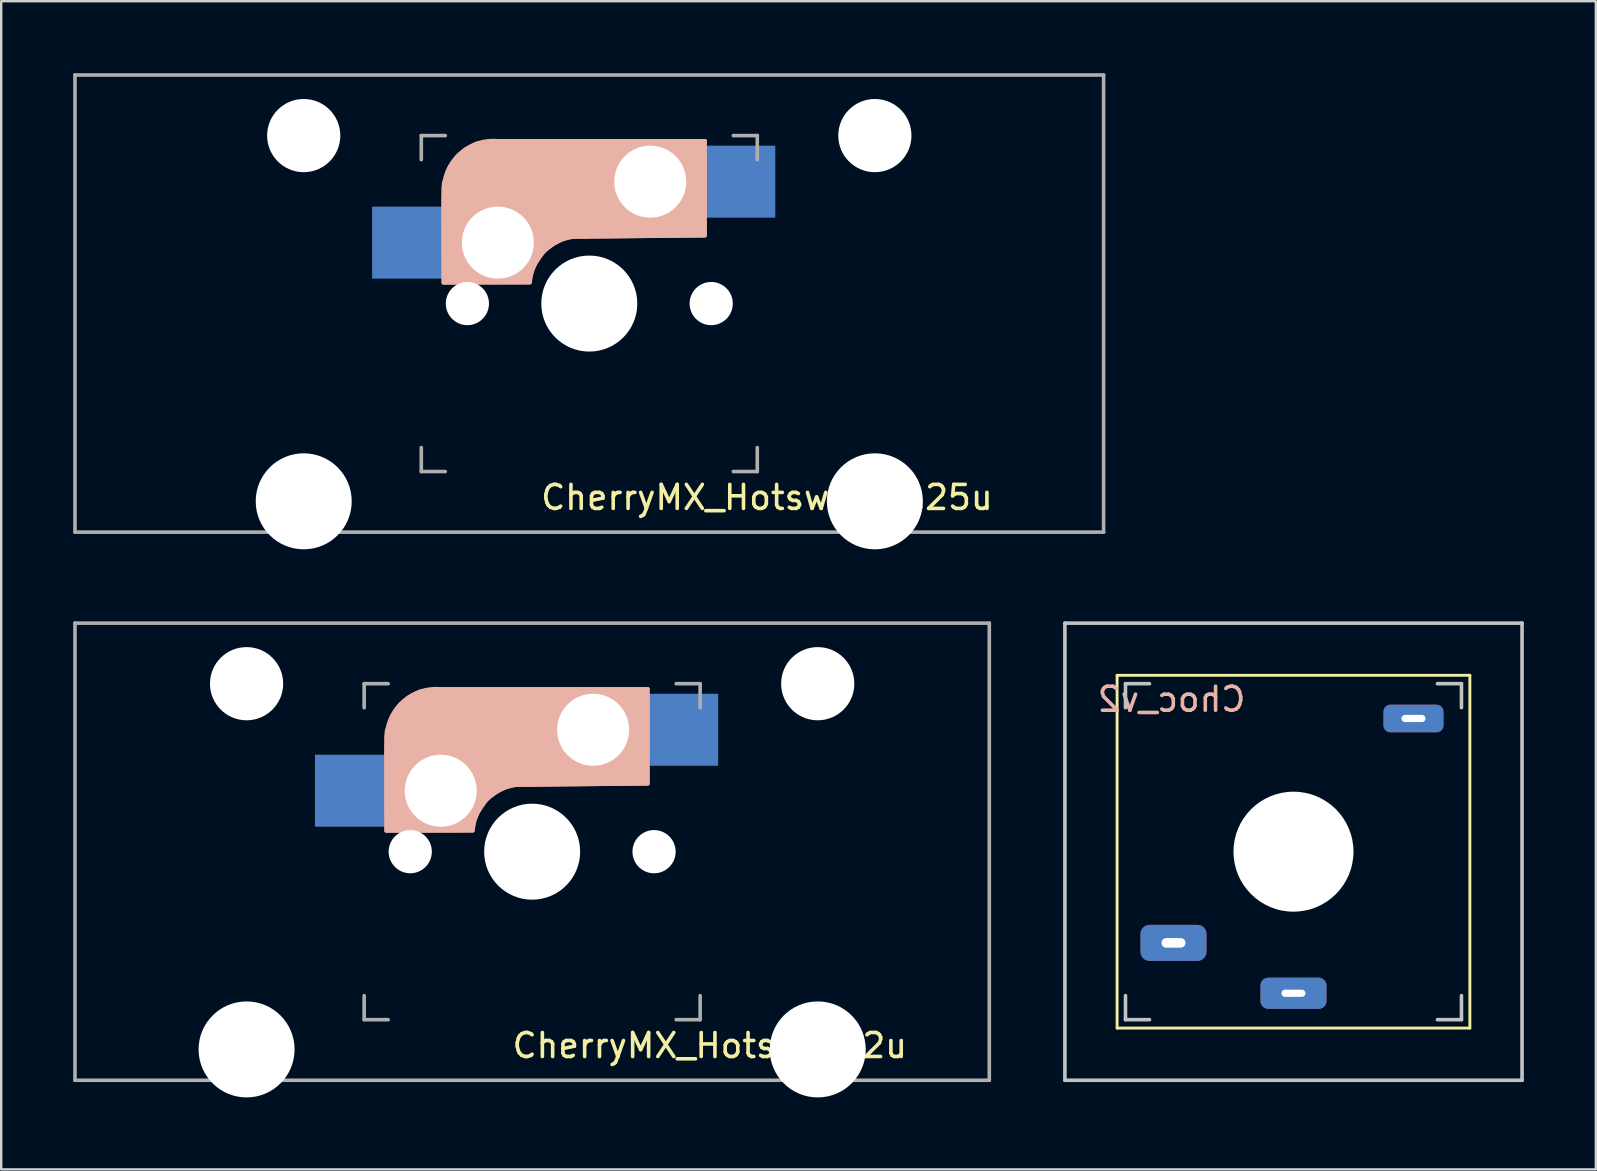
<source format=kicad_pcb>
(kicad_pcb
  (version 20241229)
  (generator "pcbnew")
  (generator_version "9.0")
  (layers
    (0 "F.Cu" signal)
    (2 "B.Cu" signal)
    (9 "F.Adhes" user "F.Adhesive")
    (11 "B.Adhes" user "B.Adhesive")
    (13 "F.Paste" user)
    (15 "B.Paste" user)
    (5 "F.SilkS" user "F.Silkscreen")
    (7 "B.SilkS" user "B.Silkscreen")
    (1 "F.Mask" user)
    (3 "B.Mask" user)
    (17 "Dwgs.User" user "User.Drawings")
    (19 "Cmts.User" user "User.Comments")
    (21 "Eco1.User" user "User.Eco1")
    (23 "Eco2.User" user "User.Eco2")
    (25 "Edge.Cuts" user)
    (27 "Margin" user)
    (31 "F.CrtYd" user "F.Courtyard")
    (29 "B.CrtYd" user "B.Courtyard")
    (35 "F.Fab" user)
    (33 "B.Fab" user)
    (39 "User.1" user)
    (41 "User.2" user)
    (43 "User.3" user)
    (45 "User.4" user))
  (footprint "CherryMX_Hotswap_2u"
    (layer "F.Cu")
    (at 19.125 32.44)
    (property "Reference" "CherryMX_Hotswap_2u" (at 7.402 8.08 0) (layer "F.SilkS") (effects (font (size 1 1) (thickness 0.15))))
    (attr smd)
    (fp_line (start -6.08 -4.83) (end -6.08 -0.885) (stroke (width 0.15) (type solid)) (layer "B.SilkS"))
    (fp_line (start -6.08 -0.876) (end -2.47 -0.876) (stroke (width 0.15) (type solid)) (layer "B.SilkS"))
    (fp_line (start 4.82 -6.784) (end -3.805 -6.784) (stroke (width 0.15) (type solid)) (layer "B.SilkS"))
    (fp_line (start 4.82 -2.876) (end 4.82 -6.784) (stroke (width 0.15) (type solid)) (layer "B.SilkS"))
    (fp_line (start 4.82 -2.83) (end -0.23 -2.784) (stroke (width 0.15) (type solid)) (layer "B.SilkS"))
    (fp_arc (start -6.069 -4.9) (mid -5.327189 -6.31089) (end -3.805 -6.784) (stroke (width 0.15) (type solid)) (layer "B.SilkS"))
    (fp_arc (start -2.465 -0.9) (mid -1.724361 -2.308061) (end -0.205 -2.78) (stroke (width 0.15) (type solid)) (layer "B.SilkS"))
    (fp_poly (pts (xy -6.08 -0.86) (xy -2.48 -0.87) (xy -2.42 -1.27) (xy -2.27 -1.62) (xy -1.89 -2.19) (xy -1.48 -2.49) (xy -1.12 -2.68) (xy -0.78 -2.77) (xy 4.82 -2.83) (xy 4.82 -6.78) (xy -4 -6.78) (xy -4.68 -6.68) (xy -5.13 -6.45) (xy -5.52 -6.12) (xy -5.84 -5.65) (xy -6.07 -5.01) (xy -6.09 -4.22)) (stroke (width 0.15) (type solid)) (fill yes) (layer "B.SilkS"))
    (fp_line (start -19.05 -9.525) (end -19.05 9.525) (stroke (width 0.15) (type solid)) (layer "F.Fab"))
    (fp_line (start -19.05 9.525) (end 19.05 9.525) (stroke (width 0.15) (type solid)) (layer "F.Fab"))
    (fp_line (start -7 -7) (end -6 -7) (stroke (width 0.15) (type solid)) (layer "F.Fab"))
    (fp_line (start -7 -6) (end -7 -7) (stroke (width 0.15) (type solid)) (layer "F.Fab"))
    (fp_line (start -7 7) (end -7 6) (stroke (width 0.15) (type solid)) (layer "F.Fab"))
    (fp_line (start -6 7) (end -7 7) (stroke (width 0.15) (type solid)) (layer "F.Fab"))
    (fp_line (start 6 -7) (end 7 -7) (stroke (width 0.15) (type solid)) (layer "F.Fab"))
    (fp_line (start 7 -7) (end 7 -6) (stroke (width 0.15) (type solid)) (layer "F.Fab"))
    (fp_line (start 7 6) (end 7 7) (stroke (width 0.15) (type solid)) (layer "F.Fab"))
    (fp_line (start 7 7) (end 6 7) (stroke (width 0.15) (type solid)) (layer "F.Fab"))
    (fp_line (start 19.05 -9.525) (end -19.05 -9.525) (stroke (width 0.15) (type solid)) (layer "F.Fab"))
    (fp_line (start 19.05 9.525) (end 19.05 -9.525) (stroke (width 0.15) (type solid)) (layer "F.Fab"))
    (pad "" np_thru_hole circle (at -11.9 -7 180) (size 3.05 3.05) (drill 3.05) (layers "*.Cu" "*.Mask"))
    (pad "" np_thru_hole circle (at -11.9 8.24 180) (size 4 4) (drill 4) (layers "*.Cu" "*.Mask"))
    (pad "" np_thru_hole circle (at -5.08 0) (size 1.8 1.8) (drill 1.8) (layers "*.Cu" "*.Mask"))
    (pad "" np_thru_hole circle (at -3.81 -2.54 180) (size 3 3) (drill 3) (layers "*.Cu" "*.Mask"))
    (pad "" np_thru_hole circle (at 0 0 90) (size 4 4) (drill 4) (layers "*.Cu" "*.Mask"))
    (pad "" np_thru_hole circle (at 2.54 -5.08 180) (size 3 3) (drill 3) (layers "*.Cu" "*.Mask"))
    (pad "" np_thru_hole circle (at 5.08 0) (size 1.8 1.8) (drill 1.8) (layers "*.Cu" "*.Mask"))
    (pad "" np_thru_hole circle (at 11.9 -7 180) (size 3.05 3.05) (drill 3.05) (layers "*.Cu" "*.Mask"))
    (pad "" np_thru_hole circle (at 11.9 8.24 180) (size 4 4) (drill 4) (layers "*.Cu" "*.Mask"))
    (pad "1" smd rect (at -6.9 -2.54 180) (size 3.3 3) (drill (offset 0.5 0)) (layers "B.Cu" "B.Mask" "B.Paste"))
    (pad "2" smd rect (at 5.6 -5.08 180) (size 3.3 3) (drill (offset -0.5 0)) (layers "B.Cu" "B.Mask" "B.Paste")))
  (footprint "CherryMX_Hotswap_2.25u"
    (layer "F.Cu")
    (at 21.506 9.6)
    (property "Reference" "CherryMX_Hotswap_2.25u" (at 7.402 8.08 0) (layer "F.SilkS") (effects (font (size 1 1) (thickness 0.15))))
    (attr smd)
    (fp_line (start -6.08 -4.83) (end -6.08 -0.885) (stroke (width 0.15) (type solid)) (layer "B.SilkS"))
    (fp_line (start -6.08 -0.876) (end -2.47 -0.876) (stroke (width 0.15) (type solid)) (layer "B.SilkS"))
    (fp_line (start 4.82 -6.784) (end -3.805 -6.784) (stroke (width 0.15) (type solid)) (layer "B.SilkS"))
    (fp_line (start 4.82 -2.876) (end 4.82 -6.784) (stroke (width 0.15) (type solid)) (layer "B.SilkS"))
    (fp_line (start 4.82 -2.83) (end -0.23 -2.784) (stroke (width 0.15) (type solid)) (layer "B.SilkS"))
    (fp_arc (start -6.069 -4.9) (mid -5.327189 -6.31089) (end -3.805 -6.784) (stroke (width 0.15) (type solid)) (layer "B.SilkS"))
    (fp_arc (start -2.465 -0.9) (mid -1.724361 -2.308061) (end -0.205 -2.78) (stroke (width 0.15) (type solid)) (layer "B.SilkS"))
    (fp_poly (pts (xy -6.08 -0.86) (xy -2.48 -0.87) (xy -2.42 -1.27) (xy -2.27 -1.62) (xy -1.89 -2.19) (xy -1.48 -2.49) (xy -1.12 -2.68) (xy -0.78 -2.77) (xy 4.82 -2.83) (xy 4.82 -6.78) (xy -4 -6.78) (xy -4.68 -6.68) (xy -5.13 -6.45) (xy -5.52 -6.12) (xy -5.84 -5.65) (xy -6.07 -5.01) (xy -6.09 -4.22)) (stroke (width 0.15) (type solid)) (fill yes) (layer "B.SilkS"))
    (fp_line (start -21.431 -9.525) (end -21.431 9.525) (stroke (width 0.15) (type solid)) (layer "F.Fab"))
    (fp_line (start -21.431 9.525) (end 21.431 9.525) (stroke (width 0.15) (type solid)) (layer "F.Fab"))
    (fp_line (start -7 -7) (end -6 -7) (stroke (width 0.15) (type solid)) (layer "F.Fab"))
    (fp_line (start -7 -6) (end -7 -7) (stroke (width 0.15) (type solid)) (layer "F.Fab"))
    (fp_line (start -7 7) (end -7 6) (stroke (width 0.15) (type solid)) (layer "F.Fab"))
    (fp_line (start -6 7) (end -7 7) (stroke (width 0.15) (type solid)) (layer "F.Fab"))
    (fp_line (start 6 -7) (end 7 -7) (stroke (width 0.15) (type solid)) (layer "F.Fab"))
    (fp_line (start 7 -7) (end 7 -6) (stroke (width 0.15) (type solid)) (layer "F.Fab"))
    (fp_line (start 7 6) (end 7 7) (stroke (width 0.15) (type solid)) (layer "F.Fab"))
    (fp_line (start 7 7) (end 6 7) (stroke (width 0.15) (type solid)) (layer "F.Fab"))
    (fp_line (start 21.431 -9.525) (end -21.431 -9.525) (stroke (width 0.15) (type solid)) (layer "F.Fab"))
    (fp_line (start 21.431 9.525) (end 21.431 -9.525) (stroke (width 0.15) (type solid)) (layer "F.Fab"))
    (pad "" np_thru_hole circle (at -11.9 -7 180) (size 3.05 3.05) (drill 3.05) (layers "*.Cu" "*.Mask"))
    (pad "" np_thru_hole circle (at -11.9 8.24 180) (size 4 4) (drill 4) (layers "*.Cu" "*.Mask"))
    (pad "" np_thru_hole circle (at -5.08 0) (size 1.8 1.8) (drill 1.8) (layers "*.Cu" "*.Mask"))
    (pad "" np_thru_hole circle (at -3.81 -2.54 180) (size 3 3) (drill 3) (layers "*.Cu" "*.Mask"))
    (pad "" np_thru_hole circle (at 0 0 90) (size 4 4) (drill 4) (layers "*.Cu" "*.Mask"))
    (pad "" np_thru_hole circle (at 2.54 -5.08 180) (size 3 3) (drill 3) (layers "*.Cu" "*.Mask"))
    (pad "" np_thru_hole circle (at 5.08 0) (size 1.8 1.8) (drill 1.8) (layers "*.Cu" "*.Mask"))
    (pad "" np_thru_hole circle (at 11.9 -7 180) (size 3.05 3.05) (drill 3.05) (layers "*.Cu" "*.Mask"))
    (pad "" np_thru_hole circle (at 11.9 8.24 180) (size 4 4) (drill 4) (layers "*.Cu" "*.Mask"))
    (pad "1" smd rect (at -6.9 -2.54 180) (size 3.3 3) (drill (offset 0.5 0)) (layers "B.Cu" "B.Mask" "B.Paste"))
    (pad "2" smd rect (at 5.6 -5.08 180) (size 3.3 3) (drill (offset -0.5 0)) (layers "B.Cu" "B.Mask" "B.Paste")))
  (footprint "Choc_v2"
    (layer "F.Cu")
    (at 50.85 32.44)
    (property "Reference" "Choc_v2" (at -5.08 -6.35 180) (layer "B.SilkS") (effects (font (size 1 1) (thickness 0.15)) (justify mirror)))
    (attr through_hole)
    (fp_line (start -7.35 -7.35) (end -7.35 7.35) (stroke (width 0.12) (type solid)) (layer "F.SilkS"))
    (fp_line (start -7.35 7.35) (end 7.35 7.35) (stroke (width 0.12) (type solid)) (layer "F.SilkS"))
    (fp_line (start 7.35 -7.35) (end -7.35 -7.35) (stroke (width 0.12) (type solid)) (layer "F.SilkS"))
    (fp_line (start 7.35 7.35) (end 7.35 -7.35) (stroke (width 0.12) (type solid)) (layer "F.SilkS"))
    (fp_line (start -9.525 -9.525) (end 9.525 -9.525) (stroke (width 0.15) (type solid)) (layer "Dwgs.User"))
    (fp_line (start -9.525 9.525) (end -9.525 -9.525) (stroke (width 0.15) (type solid)) (layer "Dwgs.User"))
    (fp_line (start -7 -7) (end -6 -7) (stroke (width 0.15) (type solid)) (layer "Dwgs.User"))
    (fp_line (start -7 -6) (end -7 -7) (stroke (width 0.15) (type solid)) (layer "Dwgs.User"))
    (fp_line (start -7 7) (end -7 6) (stroke (width 0.15) (type solid)) (layer "Dwgs.User"))
    (fp_line (start -6 7) (end -7 7) (stroke (width 0.15) (type solid)) (layer "Dwgs.User"))
    (fp_line (start 6 7) (end 7 7) (stroke (width 0.15) (type solid)) (layer "Dwgs.User"))
    (fp_line (start 7 -7) (end 6 -7) (stroke (width 0.15) (type solid)) (layer "Dwgs.User"))
    (fp_line (start 7 -6) (end 7 -7) (stroke (width 0.15) (type solid)) (layer "Dwgs.User"))
    (fp_line (start 7 7) (end 7 6) (stroke (width 0.15) (type solid)) (layer "Dwgs.User"))
    (fp_line (start 9.525 -9.525) (end 9.525 9.525) (stroke (width 0.15) (type solid)) (layer "Dwgs.User"))
    (fp_line (start 9.525 9.525) (end -9.525 9.525) (stroke (width 0.15) (type solid)) (layer "Dwgs.User"))
    (pad "" np_thru_hole circle (at 0 0 90) (size 5 5) (drill 5) (layers "*.Cu" "*.Mask"))
    (pad "" thru_hole roundrect (at 5 -5.55) (size 2.5 1.15) (drill oval 1 0.3) (layers "*.Cu" "*.Mask") (roundrect_rratio 0.25))
    (pad "1" thru_hole roundrect (at -5 3.8) (size 2.75 1.5) (drill oval 1 0.4) (layers "*.Cu" "*.Mask") (roundrect_rratio 0.25))
    (pad "2" thru_hole roundrect (at 0 5.9) (size 2.75 1.3) (drill oval 1 0.3) (layers "*.Cu" "*.Mask") (roundrect_rratio 0.25)))
  (gr_rect
    (start -3 -3)
    (end 63.45 45.68)
    (stroke (width 0.1) (type default))
    (fill no)
    (layer "Edge.Cuts")))
</source>
